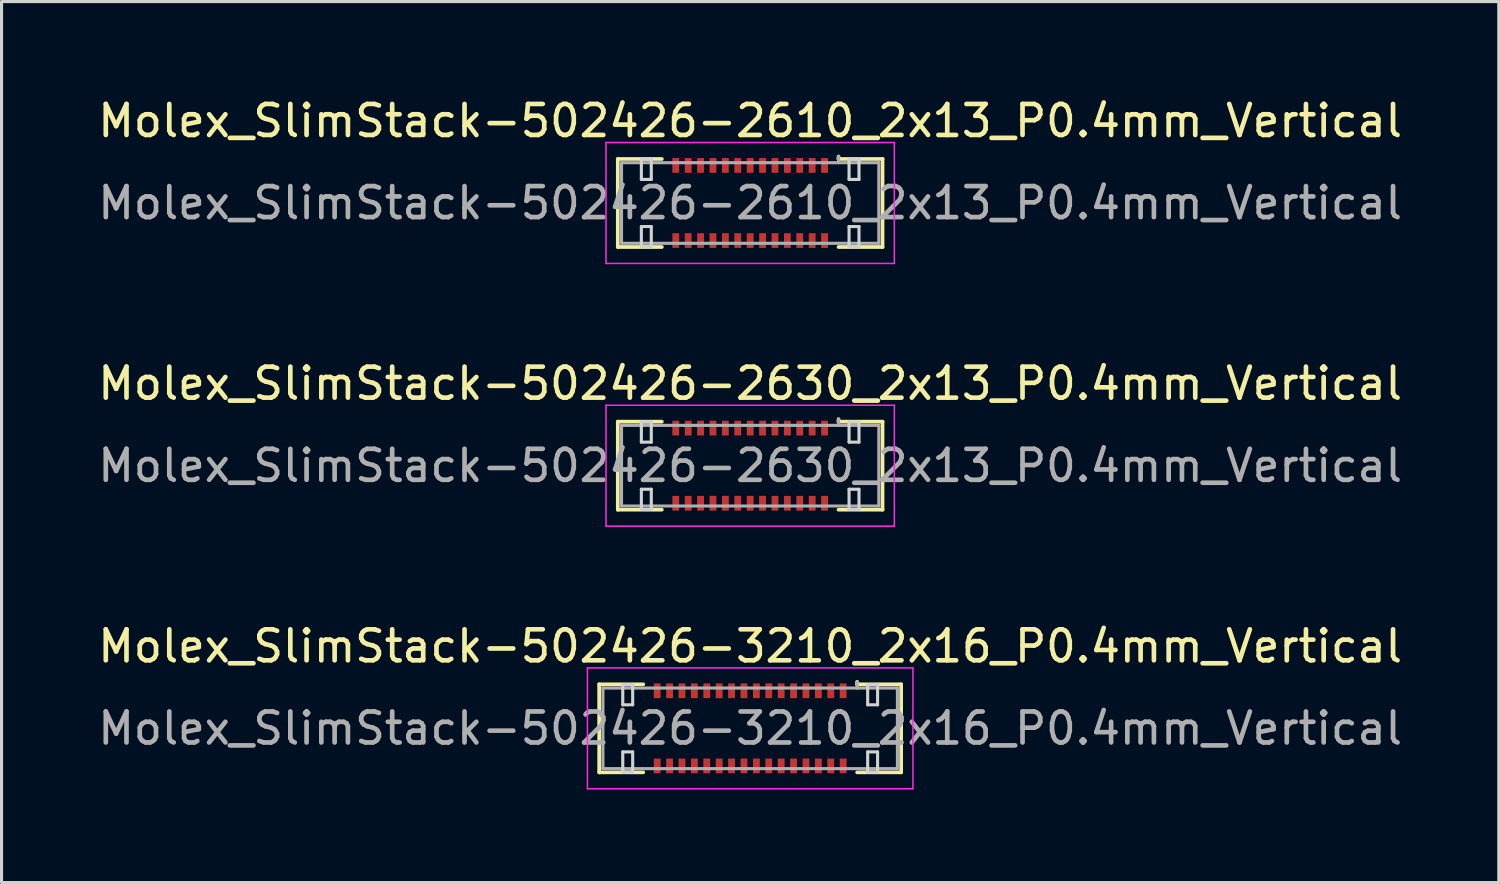
<source format=kicad_pcb>
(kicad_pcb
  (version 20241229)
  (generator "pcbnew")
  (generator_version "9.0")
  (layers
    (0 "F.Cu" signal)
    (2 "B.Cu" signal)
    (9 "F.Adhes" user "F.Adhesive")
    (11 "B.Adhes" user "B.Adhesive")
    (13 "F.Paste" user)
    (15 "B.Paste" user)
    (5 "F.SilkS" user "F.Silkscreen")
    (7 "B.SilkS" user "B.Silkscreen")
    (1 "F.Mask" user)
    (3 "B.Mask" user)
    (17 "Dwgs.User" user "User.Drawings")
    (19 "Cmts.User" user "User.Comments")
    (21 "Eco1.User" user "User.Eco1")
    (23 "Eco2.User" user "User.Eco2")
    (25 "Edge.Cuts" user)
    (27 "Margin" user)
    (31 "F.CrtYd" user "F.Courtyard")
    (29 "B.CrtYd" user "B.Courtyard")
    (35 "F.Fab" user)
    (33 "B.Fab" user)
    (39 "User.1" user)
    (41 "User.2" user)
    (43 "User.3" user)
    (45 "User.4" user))
  (footprint "Molex_SlimStack-502426-2630_2x13_P0.4mm_Vertical"
    (layer "F.Cu")
    (at 21.149 11.972)
    (property "Reference" "Molex_SlimStack-502426-2630_2x13_P0.4mm_Vertical" (at 0 -2.65 0) (layer "F.SilkS") (effects (font (size 1 1) (thickness 0.15))))
    (attr smd)
    (fp_line (start -4.27 -1.42) (end -2.85 -1.42) (stroke (width 0.12) (type solid)) (layer "F.SilkS"))
    (fp_line (start -4.27 1.42) (end -4.27 -1.42) (stroke (width 0.12) (type solid)) (layer "F.SilkS"))
    (fp_line (start -2.85 1.42) (end -4.27 1.42) (stroke (width 0.12) (type solid)) (layer "F.SilkS"))
    (fp_line (start 2.85 -1.42) (end 2.85 -1.5) (stroke (width 0.12) (type solid)) (layer "F.SilkS"))
    (fp_line (start 2.85 1.42) (end 4.27 1.42) (stroke (width 0.12) (type solid)) (layer "F.SilkS"))
    (fp_line (start 4.27 -1.42) (end 2.85 -1.42) (stroke (width 0.12) (type solid)) (layer "F.SilkS"))
    (fp_line (start 4.27 1.42) (end 4.27 -1.42) (stroke (width 0.12) (type solid)) (layer "F.SilkS"))
    (fp_line (start -3.51 -1.41) (end -3.51 -0.76) (stroke (width 0.1) (type solid)) (layer "Edge.Cuts"))
    (fp_line (start -3.51 -0.76) (end -3.19 -0.76) (stroke (width 0.1) (type solid)) (layer "Edge.Cuts"))
    (fp_line (start -3.51 0.76) (end -3.51 1.41) (stroke (width 0.1) (type solid)) (layer "Edge.Cuts"))
    (fp_line (start -3.51 1.41) (end -3.19 1.41) (stroke (width 0.1) (type solid)) (layer "Edge.Cuts"))
    (fp_line (start -3.19 -1.41) (end -3.51 -1.41) (stroke (width 0.1) (type solid)) (layer "Edge.Cuts"))
    (fp_line (start -3.19 -0.76) (end -3.19 -1.41) (stroke (width 0.1) (type solid)) (layer "Edge.Cuts"))
    (fp_line (start -3.19 0.76) (end -3.51 0.76) (stroke (width 0.1) (type solid)) (layer "Edge.Cuts"))
    (fp_line (start -3.19 1.41) (end -3.19 0.76) (stroke (width 0.1) (type solid)) (layer "Edge.Cuts"))
    (fp_line (start 3.19 -1.41) (end 3.19 -0.76) (stroke (width 0.1) (type solid)) (layer "Edge.Cuts"))
    (fp_line (start 3.19 -0.76) (end 3.51 -0.76) (stroke (width 0.1) (type solid)) (layer "Edge.Cuts"))
    (fp_line (start 3.19 0.76) (end 3.19 1.41) (stroke (width 0.1) (type solid)) (layer "Edge.Cuts"))
    (fp_line (start 3.19 1.41) (end 3.51 1.41) (stroke (width 0.1) (type solid)) (layer "Edge.Cuts"))
    (fp_line (start 3.51 -1.41) (end 3.19 -1.41) (stroke (width 0.1) (type solid)) (layer "Edge.Cuts"))
    (fp_line (start 3.51 -0.76) (end 3.51 -1.41) (stroke (width 0.1) (type solid)) (layer "Edge.Cuts"))
    (fp_line (start 3.51 0.76) (end 3.19 0.76) (stroke (width 0.1) (type solid)) (layer "Edge.Cuts"))
    (fp_line (start 3.51 1.41) (end 3.51 0.76) (stroke (width 0.1) (type solid)) (layer "Edge.Cuts"))
    (fp_line (start -4.65 -1.95) (end -4.65 1.95) (stroke (width 0.05) (type solid)) (layer "F.CrtYd"))
    (fp_line (start -4.65 1.95) (end 4.65 1.95) (stroke (width 0.05) (type solid)) (layer "F.CrtYd"))
    (fp_line (start 4.65 -1.95) (end -4.65 -1.95) (stroke (width 0.05) (type solid)) (layer "F.CrtYd"))
    (fp_line (start 4.65 1.95) (end 4.65 -1.95) (stroke (width 0.05) (type solid)) (layer "F.CrtYd"))
    (fp_line (start -4.15 -1.3) (end -4.15 1.3) (stroke (width 0.1) (type solid)) (layer "F.Fab"))
    (fp_line (start -4.15 1.3) (end 4.15 1.3) (stroke (width 0.1) (type solid)) (layer "F.Fab"))
    (fp_line (start 2.85 -1.3) (end 2.85 -1.5) (stroke (width 0.1) (type solid)) (layer "F.Fab"))
    (fp_line (start 4.15 -1.3) (end -4.15 -1.3) (stroke (width 0.1) (type solid)) (layer "F.Fab"))
    (fp_line (start 4.15 1.3) (end 4.15 -1.3) (stroke (width 0.1) (type solid)) (layer "F.Fab"))
    (fp_text user "${REFERENCE}" (at 0 0 0) (layer "F.Fab") (effects (font (size 1 1) (thickness 0.15))))
    (pad "1" smd rect (at 2.4 -1.212) (size 0.22 0.475) (layers "F.Cu" "F.Mask" "F.Paste"))
    (pad "2" smd rect (at 2.4 1.212) (size 0.22 0.475) (layers "F.Cu" "F.Mask" "F.Paste"))
    (pad "3" smd rect (at 2 -1.212) (size 0.22 0.475) (layers "F.Cu" "F.Mask" "F.Paste"))
    (pad "4" smd rect (at 2 1.212) (size 0.22 0.475) (layers "F.Cu" "F.Mask" "F.Paste"))
    (pad "5" smd rect (at 1.6 -1.212) (size 0.22 0.475) (layers "F.Cu" "F.Mask" "F.Paste"))
    (pad "6" smd rect (at 1.6 1.212) (size 0.22 0.475) (layers "F.Cu" "F.Mask" "F.Paste"))
    (pad "7" smd rect (at 1.2 -1.212) (size 0.22 0.475) (layers "F.Cu" "F.Mask" "F.Paste"))
    (pad "8" smd rect (at 1.2 1.212) (size 0.22 0.475) (layers "F.Cu" "F.Mask" "F.Paste"))
    (pad "9" smd rect (at 0.8 -1.212) (size 0.22 0.475) (layers "F.Cu" "F.Mask" "F.Paste"))
    (pad "10" smd rect (at 0.8 1.212) (size 0.22 0.475) (layers "F.Cu" "F.Mask" "F.Paste"))
    (pad "11" smd rect (at 0.4 -1.212) (size 0.22 0.475) (layers "F.Cu" "F.Mask" "F.Paste"))
    (pad "12" smd rect (at 0.4 1.212) (size 0.22 0.475) (layers "F.Cu" "F.Mask" "F.Paste"))
    (pad "13" smd rect (at 0 -1.212) (size 0.22 0.475) (layers "F.Cu" "F.Mask" "F.Paste"))
    (pad "14" smd rect (at 0 1.212) (size 0.22 0.475) (layers "F.Cu" "F.Mask" "F.Paste"))
    (pad "15" smd rect (at -0.4 -1.212) (size 0.22 0.475) (layers "F.Cu" "F.Mask" "F.Paste"))
    (pad "16" smd rect (at -0.4 1.212) (size 0.22 0.475) (layers "F.Cu" "F.Mask" "F.Paste"))
    (pad "17" smd rect (at -0.8 -1.212) (size 0.22 0.475) (layers "F.Cu" "F.Mask" "F.Paste"))
    (pad "18" smd rect (at -0.8 1.212) (size 0.22 0.475) (layers "F.Cu" "F.Mask" "F.Paste"))
    (pad "19" smd rect (at -1.2 -1.212) (size 0.22 0.475) (layers "F.Cu" "F.Mask" "F.Paste"))
    (pad "20" smd rect (at -1.2 1.212) (size 0.22 0.475) (layers "F.Cu" "F.Mask" "F.Paste"))
    (pad "21" smd rect (at -1.6 -1.212) (size 0.22 0.475) (layers "F.Cu" "F.Mask" "F.Paste"))
    (pad "22" smd rect (at -1.6 1.212) (size 0.22 0.475) (layers "F.Cu" "F.Mask" "F.Paste"))
    (pad "23" smd rect (at -2 -1.212) (size 0.22 0.475) (layers "F.Cu" "F.Mask" "F.Paste"))
    (pad "24" smd rect (at -2 1.212) (size 0.22 0.475) (layers "F.Cu" "F.Mask" "F.Paste"))
    (pad "25" smd rect (at -2.4 -1.212) (size 0.22 0.475) (layers "F.Cu" "F.Mask" "F.Paste"))
    (pad "26" smd rect (at -2.4 1.212) (size 0.22 0.475) (layers "F.Cu" "F.Mask" "F.Paste")))
  (footprint "Molex_SlimStack-502426-3210_2x16_P0.4mm_Vertical"
    (layer "F.Cu")
    (at 21.149 20.445)
    (property "Reference" "Molex_SlimStack-502426-3210_2x16_P0.4mm_Vertical" (at 0 -2.65 0) (layer "F.SilkS") (effects (font (size 1 1) (thickness 0.15))))
    (attr smd)
    (fp_line (start -4.87 -1.42) (end -3.45 -1.42) (stroke (width 0.12) (type solid)) (layer "F.SilkS"))
    (fp_line (start -4.87 1.42) (end -4.87 -1.42) (stroke (width 0.12) (type solid)) (layer "F.SilkS"))
    (fp_line (start -3.45 1.42) (end -4.87 1.42) (stroke (width 0.12) (type solid)) (layer "F.SilkS"))
    (fp_line (start 3.45 -1.42) (end 3.45 -1.5) (stroke (width 0.12) (type solid)) (layer "F.SilkS"))
    (fp_line (start 3.45 1.42) (end 4.87 1.42) (stroke (width 0.12) (type solid)) (layer "F.SilkS"))
    (fp_line (start 4.87 -1.42) (end 3.45 -1.42) (stroke (width 0.12) (type solid)) (layer "F.SilkS"))
    (fp_line (start 4.87 1.42) (end 4.87 -1.42) (stroke (width 0.12) (type solid)) (layer "F.SilkS"))
    (fp_line (start -4.11 -1.41) (end -4.11 -0.76) (stroke (width 0.1) (type solid)) (layer "Edge.Cuts"))
    (fp_line (start -4.11 -0.76) (end -3.79 -0.76) (stroke (width 0.1) (type solid)) (layer "Edge.Cuts"))
    (fp_line (start -4.11 0.76) (end -4.11 1.41) (stroke (width 0.1) (type solid)) (layer "Edge.Cuts"))
    (fp_line (start -4.11 1.41) (end -3.79 1.41) (stroke (width 0.1) (type solid)) (layer "Edge.Cuts"))
    (fp_line (start -3.79 -1.41) (end -4.11 -1.41) (stroke (width 0.1) (type solid)) (layer "Edge.Cuts"))
    (fp_line (start -3.79 -0.76) (end -3.79 -1.41) (stroke (width 0.1) (type solid)) (layer "Edge.Cuts"))
    (fp_line (start -3.79 0.76) (end -4.11 0.76) (stroke (width 0.1) (type solid)) (layer "Edge.Cuts"))
    (fp_line (start -3.79 1.41) (end -3.79 0.76) (stroke (width 0.1) (type solid)) (layer "Edge.Cuts"))
    (fp_line (start 3.79 -1.41) (end 3.79 -0.76) (stroke (width 0.1) (type solid)) (layer "Edge.Cuts"))
    (fp_line (start 3.79 -0.76) (end 4.11 -0.76) (stroke (width 0.1) (type solid)) (layer "Edge.Cuts"))
    (fp_line (start 3.79 0.76) (end 3.79 1.41) (stroke (width 0.1) (type solid)) (layer "Edge.Cuts"))
    (fp_line (start 3.79 1.41) (end 4.11 1.41) (stroke (width 0.1) (type solid)) (layer "Edge.Cuts"))
    (fp_line (start 4.11 -1.41) (end 3.79 -1.41) (stroke (width 0.1) (type solid)) (layer "Edge.Cuts"))
    (fp_line (start 4.11 -0.76) (end 4.11 -1.41) (stroke (width 0.1) (type solid)) (layer "Edge.Cuts"))
    (fp_line (start 4.11 0.76) (end 3.79 0.76) (stroke (width 0.1) (type solid)) (layer "Edge.Cuts"))
    (fp_line (start 4.11 1.41) (end 4.11 0.76) (stroke (width 0.1) (type solid)) (layer "Edge.Cuts"))
    (fp_line (start -5.25 -1.95) (end -5.25 1.95) (stroke (width 0.05) (type solid)) (layer "F.CrtYd"))
    (fp_line (start -5.25 1.95) (end 5.25 1.95) (stroke (width 0.05) (type solid)) (layer "F.CrtYd"))
    (fp_line (start 5.25 -1.95) (end -5.25 -1.95) (stroke (width 0.05) (type solid)) (layer "F.CrtYd"))
    (fp_line (start 5.25 1.95) (end 5.25 -1.95) (stroke (width 0.05) (type solid)) (layer "F.CrtYd"))
    (fp_line (start -4.75 -1.3) (end -4.75 1.3) (stroke (width 0.1) (type solid)) (layer "F.Fab"))
    (fp_line (start -4.75 1.3) (end 4.75 1.3) (stroke (width 0.1) (type solid)) (layer "F.Fab"))
    (fp_line (start 3.45 -1.3) (end 3.45 -1.5) (stroke (width 0.1) (type solid)) (layer "F.Fab"))
    (fp_line (start 4.75 -1.3) (end -4.75 -1.3) (stroke (width 0.1) (type solid)) (layer "F.Fab"))
    (fp_line (start 4.75 1.3) (end 4.75 -1.3) (stroke (width 0.1) (type solid)) (layer "F.Fab"))
    (fp_text user "${REFERENCE}" (at 0 0 0) (layer "F.Fab") (effects (font (size 1 1) (thickness 0.15))))
    (pad "1" smd rect (at 3 -1.212) (size 0.22 0.475) (layers "F.Cu" "F.Mask" "F.Paste"))
    (pad "2" smd rect (at 3 1.212) (size 0.22 0.475) (layers "F.Cu" "F.Mask" "F.Paste"))
    (pad "3" smd rect (at 2.6 -1.212) (size 0.22 0.475) (layers "F.Cu" "F.Mask" "F.Paste"))
    (pad "4" smd rect (at 2.6 1.212) (size 0.22 0.475) (layers "F.Cu" "F.Mask" "F.Paste"))
    (pad "5" smd rect (at 2.2 -1.212) (size 0.22 0.475) (layers "F.Cu" "F.Mask" "F.Paste"))
    (pad "6" smd rect (at 2.2 1.212) (size 0.22 0.475) (layers "F.Cu" "F.Mask" "F.Paste"))
    (pad "7" smd rect (at 1.8 -1.212) (size 0.22 0.475) (layers "F.Cu" "F.Mask" "F.Paste"))
    (pad "8" smd rect (at 1.8 1.212) (size 0.22 0.475) (layers "F.Cu" "F.Mask" "F.Paste"))
    (pad "9" smd rect (at 1.4 -1.212) (size 0.22 0.475) (layers "F.Cu" "F.Mask" "F.Paste"))
    (pad "10" smd rect (at 1.4 1.212) (size 0.22 0.475) (layers "F.Cu" "F.Mask" "F.Paste"))
    (pad "11" smd rect (at 1 -1.212) (size 0.22 0.475) (layers "F.Cu" "F.Mask" "F.Paste"))
    (pad "12" smd rect (at 1 1.212) (size 0.22 0.475) (layers "F.Cu" "F.Mask" "F.Paste"))
    (pad "13" smd rect (at 0.6 -1.212) (size 0.22 0.475) (layers "F.Cu" "F.Mask" "F.Paste"))
    (pad "14" smd rect (at 0.6 1.212) (size 0.22 0.475) (layers "F.Cu" "F.Mask" "F.Paste"))
    (pad "15" smd rect (at 0.2 -1.212) (size 0.22 0.475) (layers "F.Cu" "F.Mask" "F.Paste"))
    (pad "16" smd rect (at 0.2 1.212) (size 0.22 0.475) (layers "F.Cu" "F.Mask" "F.Paste"))
    (pad "17" smd rect (at -0.2 -1.212) (size 0.22 0.475) (layers "F.Cu" "F.Mask" "F.Paste"))
    (pad "18" smd rect (at -0.2 1.212) (size 0.22 0.475) (layers "F.Cu" "F.Mask" "F.Paste"))
    (pad "19" smd rect (at -0.6 -1.212) (size 0.22 0.475) (layers "F.Cu" "F.Mask" "F.Paste"))
    (pad "20" smd rect (at -0.6 1.212) (size 0.22 0.475) (layers "F.Cu" "F.Mask" "F.Paste"))
    (pad "21" smd rect (at -1 -1.212) (size 0.22 0.475) (layers "F.Cu" "F.Mask" "F.Paste"))
    (pad "22" smd rect (at -1 1.212) (size 0.22 0.475) (layers "F.Cu" "F.Mask" "F.Paste"))
    (pad "23" smd rect (at -1.4 -1.212) (size 0.22 0.475) (layers "F.Cu" "F.Mask" "F.Paste"))
    (pad "24" smd rect (at -1.4 1.212) (size 0.22 0.475) (layers "F.Cu" "F.Mask" "F.Paste"))
    (pad "25" smd rect (at -1.8 -1.212) (size 0.22 0.475) (layers "F.Cu" "F.Mask" "F.Paste"))
    (pad "26" smd rect (at -1.8 1.212) (size 0.22 0.475) (layers "F.Cu" "F.Mask" "F.Paste"))
    (pad "27" smd rect (at -2.2 -1.212) (size 0.22 0.475) (layers "F.Cu" "F.Mask" "F.Paste"))
    (pad "28" smd rect (at -2.2 1.212) (size 0.22 0.475) (layers "F.Cu" "F.Mask" "F.Paste"))
    (pad "29" smd rect (at -2.6 -1.212) (size 0.22 0.475) (layers "F.Cu" "F.Mask" "F.Paste"))
    (pad "30" smd rect (at -2.6 1.212) (size 0.22 0.475) (layers "F.Cu" "F.Mask" "F.Paste"))
    (pad "31" smd rect (at -3 -1.212) (size 0.22 0.475) (layers "F.Cu" "F.Mask" "F.Paste"))
    (pad "32" smd rect (at -3 1.212) (size 0.22 0.475) (layers "F.Cu" "F.Mask" "F.Paste")))
  (footprint "Molex_SlimStack-502426-2610_2x13_P0.4mm_Vertical"
    (layer "F.Cu")
    (at 21.149 3.498)
    (property "Reference" "Molex_SlimStack-502426-2610_2x13_P0.4mm_Vertical" (at 0 -2.65 0) (layer "F.SilkS") (effects (font (size 1 1) (thickness 0.15))))
    (attr smd)
    (fp_line (start -4.27 -1.42) (end -2.85 -1.42) (stroke (width 0.12) (type solid)) (layer "F.SilkS"))
    (fp_line (start -4.27 1.42) (end -4.27 -1.42) (stroke (width 0.12) (type solid)) (layer "F.SilkS"))
    (fp_line (start -2.85 1.42) (end -4.27 1.42) (stroke (width 0.12) (type solid)) (layer "F.SilkS"))
    (fp_line (start 2.85 -1.42) (end 2.85 -1.5) (stroke (width 0.12) (type solid)) (layer "F.SilkS"))
    (fp_line (start 2.85 1.42) (end 4.27 1.42) (stroke (width 0.12) (type solid)) (layer "F.SilkS"))
    (fp_line (start 4.27 -1.42) (end 2.85 -1.42) (stroke (width 0.12) (type solid)) (layer "F.SilkS"))
    (fp_line (start 4.27 1.42) (end 4.27 -1.42) (stroke (width 0.12) (type solid)) (layer "F.SilkS"))
    (fp_line (start -3.51 -1.41) (end -3.51 -0.76) (stroke (width 0.1) (type solid)) (layer "Edge.Cuts"))
    (fp_line (start -3.51 -0.76) (end -3.19 -0.76) (stroke (width 0.1) (type solid)) (layer "Edge.Cuts"))
    (fp_line (start -3.51 0.76) (end -3.51 1.41) (stroke (width 0.1) (type solid)) (layer "Edge.Cuts"))
    (fp_line (start -3.51 1.41) (end -3.19 1.41) (stroke (width 0.1) (type solid)) (layer "Edge.Cuts"))
    (fp_line (start -3.19 -1.41) (end -3.51 -1.41) (stroke (width 0.1) (type solid)) (layer "Edge.Cuts"))
    (fp_line (start -3.19 -0.76) (end -3.19 -1.41) (stroke (width 0.1) (type solid)) (layer "Edge.Cuts"))
    (fp_line (start -3.19 0.76) (end -3.51 0.76) (stroke (width 0.1) (type solid)) (layer "Edge.Cuts"))
    (fp_line (start -3.19 1.41) (end -3.19 0.76) (stroke (width 0.1) (type solid)) (layer "Edge.Cuts"))
    (fp_line (start 3.19 -1.41) (end 3.19 -0.76) (stroke (width 0.1) (type solid)) (layer "Edge.Cuts"))
    (fp_line (start 3.19 -0.76) (end 3.51 -0.76) (stroke (width 0.1) (type solid)) (layer "Edge.Cuts"))
    (fp_line (start 3.19 0.76) (end 3.19 1.41) (stroke (width 0.1) (type solid)) (layer "Edge.Cuts"))
    (fp_line (start 3.19 1.41) (end 3.51 1.41) (stroke (width 0.1) (type solid)) (layer "Edge.Cuts"))
    (fp_line (start 3.51 -1.41) (end 3.19 -1.41) (stroke (width 0.1) (type solid)) (layer "Edge.Cuts"))
    (fp_line (start 3.51 -0.76) (end 3.51 -1.41) (stroke (width 0.1) (type solid)) (layer "Edge.Cuts"))
    (fp_line (start 3.51 0.76) (end 3.19 0.76) (stroke (width 0.1) (type solid)) (layer "Edge.Cuts"))
    (fp_line (start 3.51 1.41) (end 3.51 0.76) (stroke (width 0.1) (type solid)) (layer "Edge.Cuts"))
    (fp_line (start -4.65 -1.95) (end -4.65 1.95) (stroke (width 0.05) (type solid)) (layer "F.CrtYd"))
    (fp_line (start -4.65 1.95) (end 4.65 1.95) (stroke (width 0.05) (type solid)) (layer "F.CrtYd"))
    (fp_line (start 4.65 -1.95) (end -4.65 -1.95) (stroke (width 0.05) (type solid)) (layer "F.CrtYd"))
    (fp_line (start 4.65 1.95) (end 4.65 -1.95) (stroke (width 0.05) (type solid)) (layer "F.CrtYd"))
    (fp_line (start -4.15 -1.3) (end -4.15 1.3) (stroke (width 0.1) (type solid)) (layer "F.Fab"))
    (fp_line (start -4.15 1.3) (end 4.15 1.3) (stroke (width 0.1) (type solid)) (layer "F.Fab"))
    (fp_line (start 2.85 -1.3) (end 2.85 -1.5) (stroke (width 0.1) (type solid)) (layer "F.Fab"))
    (fp_line (start 4.15 -1.3) (end -4.15 -1.3) (stroke (width 0.1) (type solid)) (layer "F.Fab"))
    (fp_line (start 4.15 1.3) (end 4.15 -1.3) (stroke (width 0.1) (type solid)) (layer "F.Fab"))
    (fp_text user "${REFERENCE}" (at 0 0 0) (layer "F.Fab") (effects (font (size 1 1) (thickness 0.15))))
    (pad "1" smd rect (at 2.4 -1.212) (size 0.22 0.475) (layers "F.Cu" "F.Mask" "F.Paste"))
    (pad "2" smd rect (at 2.4 1.212) (size 0.22 0.475) (layers "F.Cu" "F.Mask" "F.Paste"))
    (pad "3" smd rect (at 2 -1.212) (size 0.22 0.475) (layers "F.Cu" "F.Mask" "F.Paste"))
    (pad "4" smd rect (at 2 1.212) (size 0.22 0.475) (layers "F.Cu" "F.Mask" "F.Paste"))
    (pad "5" smd rect (at 1.6 -1.212) (size 0.22 0.475) (layers "F.Cu" "F.Mask" "F.Paste"))
    (pad "6" smd rect (at 1.6 1.212) (size 0.22 0.475) (layers "F.Cu" "F.Mask" "F.Paste"))
    (pad "7" smd rect (at 1.2 -1.212) (size 0.22 0.475) (layers "F.Cu" "F.Mask" "F.Paste"))
    (pad "8" smd rect (at 1.2 1.212) (size 0.22 0.475) (layers "F.Cu" "F.Mask" "F.Paste"))
    (pad "9" smd rect (at 0.8 -1.212) (size 0.22 0.475) (layers "F.Cu" "F.Mask" "F.Paste"))
    (pad "10" smd rect (at 0.8 1.212) (size 0.22 0.475) (layers "F.Cu" "F.Mask" "F.Paste"))
    (pad "11" smd rect (at 0.4 -1.212) (size 0.22 0.475) (layers "F.Cu" "F.Mask" "F.Paste"))
    (pad "12" smd rect (at 0.4 1.212) (size 0.22 0.475) (layers "F.Cu" "F.Mask" "F.Paste"))
    (pad "13" smd rect (at 0 -1.212) (size 0.22 0.475) (layers "F.Cu" "F.Mask" "F.Paste"))
    (pad "14" smd rect (at 0 1.212) (size 0.22 0.475) (layers "F.Cu" "F.Mask" "F.Paste"))
    (pad "15" smd rect (at -0.4 -1.212) (size 0.22 0.475) (layers "F.Cu" "F.Mask" "F.Paste"))
    (pad "16" smd rect (at -0.4 1.212) (size 0.22 0.475) (layers "F.Cu" "F.Mask" "F.Paste"))
    (pad "17" smd rect (at -0.8 -1.212) (size 0.22 0.475) (layers "F.Cu" "F.Mask" "F.Paste"))
    (pad "18" smd rect (at -0.8 1.212) (size 0.22 0.475) (layers "F.Cu" "F.Mask" "F.Paste"))
    (pad "19" smd rect (at -1.2 -1.212) (size 0.22 0.475) (layers "F.Cu" "F.Mask" "F.Paste"))
    (pad "20" smd rect (at -1.2 1.212) (size 0.22 0.475) (layers "F.Cu" "F.Mask" "F.Paste"))
    (pad "21" smd rect (at -1.6 -1.212) (size 0.22 0.475) (layers "F.Cu" "F.Mask" "F.Paste"))
    (pad "22" smd rect (at -1.6 1.212) (size 0.22 0.475) (layers "F.Cu" "F.Mask" "F.Paste"))
    (pad "23" smd rect (at -2 -1.212) (size 0.22 0.475) (layers "F.Cu" "F.Mask" "F.Paste"))
    (pad "24" smd rect (at -2 1.212) (size 0.22 0.475) (layers "F.Cu" "F.Mask" "F.Paste"))
    (pad "25" smd rect (at -2.4 -1.212) (size 0.22 0.475) (layers "F.Cu" "F.Mask" "F.Paste"))
    (pad "26" smd rect (at -2.4 1.212) (size 0.22 0.475) (layers "F.Cu" "F.Mask" "F.Paste")))
  (gr_rect
    (start -3 -3)
    (end 45.298 25.42)
    (stroke (width 0.1) (type default))
    (fill no)
    (layer "Edge.Cuts")))
</source>
